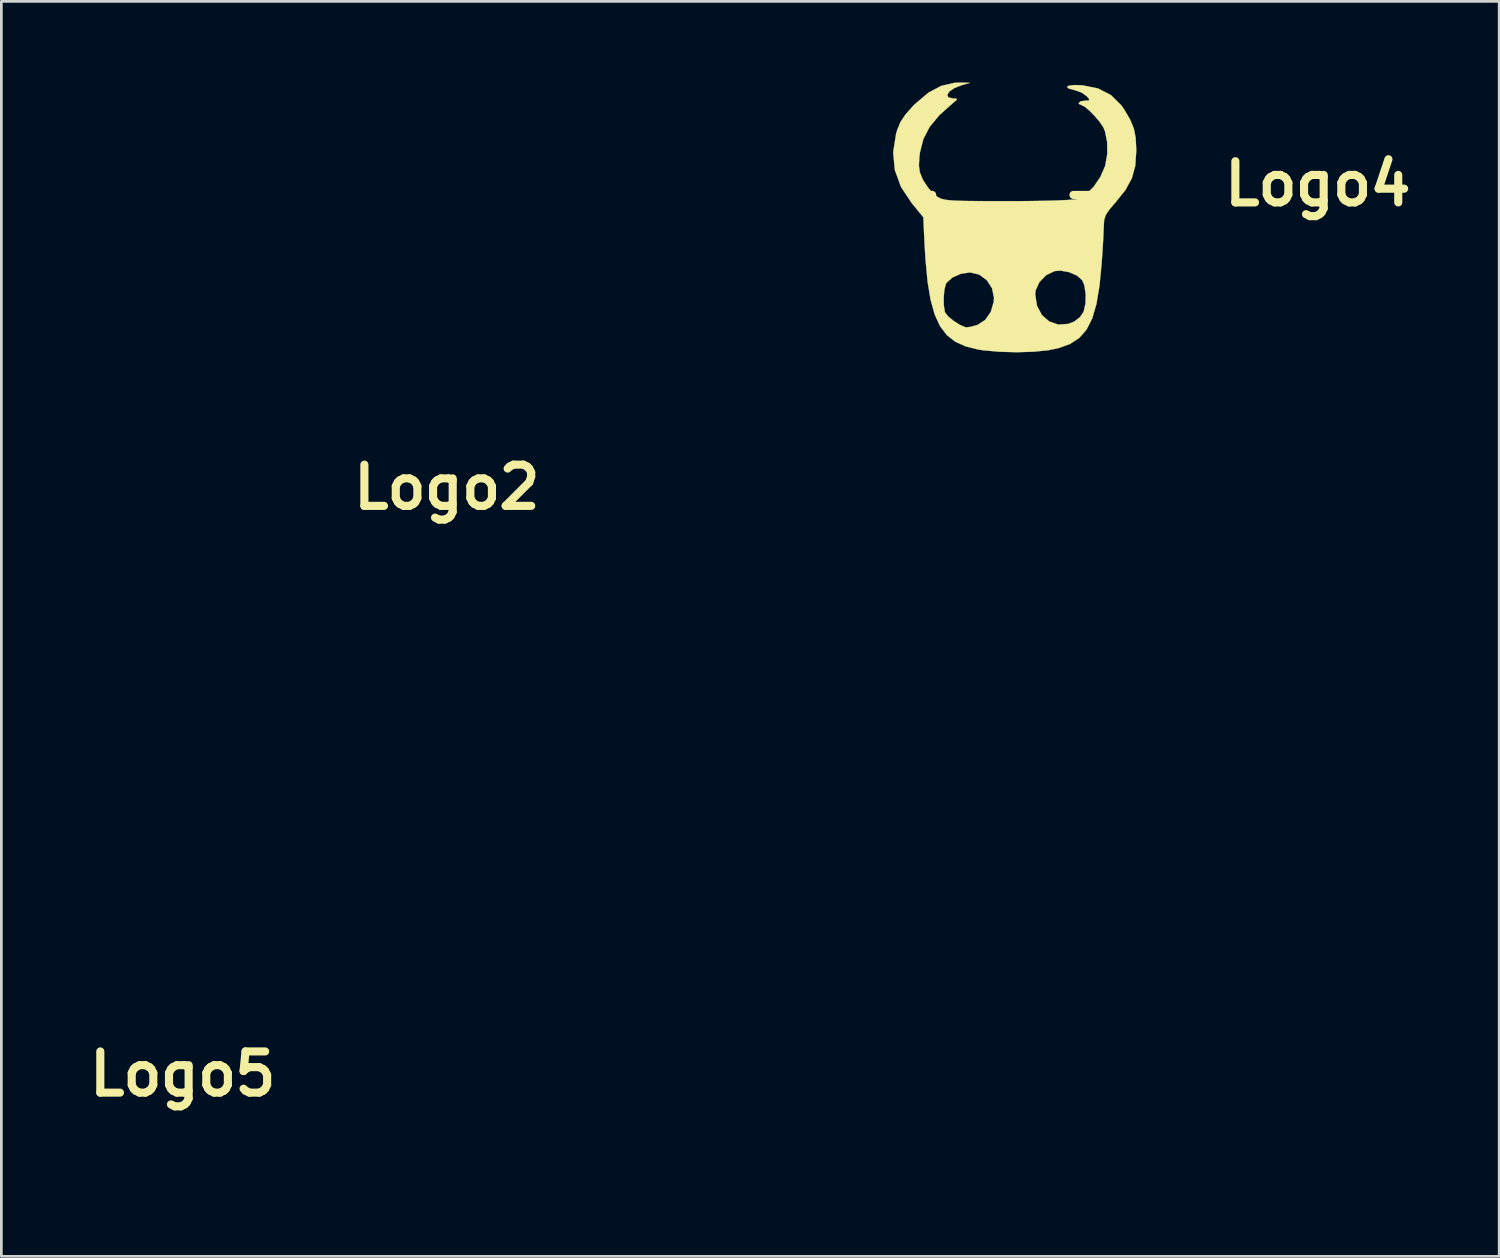
<source format=kicad_pcb>
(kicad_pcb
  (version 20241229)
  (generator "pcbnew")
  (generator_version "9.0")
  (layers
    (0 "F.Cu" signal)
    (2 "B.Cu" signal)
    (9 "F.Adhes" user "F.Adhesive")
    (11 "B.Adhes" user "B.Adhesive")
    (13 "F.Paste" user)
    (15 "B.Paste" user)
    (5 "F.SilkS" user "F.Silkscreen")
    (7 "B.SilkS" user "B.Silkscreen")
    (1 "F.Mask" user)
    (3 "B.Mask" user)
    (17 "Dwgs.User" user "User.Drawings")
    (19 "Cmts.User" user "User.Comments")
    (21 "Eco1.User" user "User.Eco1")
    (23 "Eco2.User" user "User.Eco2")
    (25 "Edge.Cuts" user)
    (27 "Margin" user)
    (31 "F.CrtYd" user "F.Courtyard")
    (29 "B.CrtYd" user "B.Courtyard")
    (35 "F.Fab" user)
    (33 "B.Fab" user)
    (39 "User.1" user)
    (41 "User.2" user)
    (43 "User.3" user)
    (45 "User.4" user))
  (footprint "Logo3"
    (layer "F.Cu")
    (at 34.472 4.993)
    (property "Reference" "Logo3" (at 0 0 0) (layer "F.SilkS") (effects (font (size 1.524 1.524) (thickness 0.3))))
    (attr through_hole)
    (fp_poly (pts (xy -1.651 -4.98) (xy -1.947 -4.896) (xy -2.222 -4.789) (xy -2.408 -4.661) (xy -2.489 -4.539) (xy -2.451 -4.444) (xy -2.278 -4.4) (xy -2.26 -4.4) (xy -2.14 -4.391) (xy -2.143 -4.349) (xy -2.273 -4.237) (xy -2.286 -4.227) (xy -2.785 -3.782) (xy -3.141 -3.351) (xy -3.373 -2.903) (xy -3.5 -2.407) (xy -3.521 -2.239) (xy -3.539 -1.917) (xy -3.507 -1.677) (xy -3.409 -1.436) (xy -3.367 -1.355) (xy -3.187 -1.087) (xy -2.975 -0.856) (xy -2.891 -0.79) (xy -2.804 -0.735) (xy -2.711 -0.693) (xy -2.589 -0.661) (xy -2.418 -0.638) (xy -2.178 -0.622) (xy -1.847 -0.612) (xy -1.405 -0.607) (xy -0.83 -0.604) (xy -0.272 -0.604) (xy 0.411 -0.606) (xy 1.025 -0.615) (xy 1.548 -0.628) (xy 1.959 -0.647) (xy 2.238 -0.669) (xy 2.348 -0.688) (xy 2.636 -0.85) (xy 2.921 -1.134) (xy 3.169 -1.495) (xy 3.342 -1.887) (xy 3.353 -1.922) (xy 3.427 -2.35) (xy 3.422 -2.798) (xy 3.342 -3.193) (xy 3.284 -3.331) (xy 3.157 -3.522) (xy 2.973 -3.741) (xy 2.773 -3.946) (xy 2.596 -4.096) (xy 2.488 -4.149) (xy 2.382 -4.198) (xy 2.371 -4.233) (xy 2.444 -4.296) (xy 2.595 -4.318) (xy 2.75 -4.327) (xy 2.756 -4.382) (xy 2.668 -4.486) (xy 2.478 -4.62) (xy 2.233 -4.707) (xy 2.232 -4.707) (xy 2.006 -4.767) (xy 1.935 -4.826) (xy 2.002 -4.873) (xy 2.194 -4.898) (xy 2.494 -4.89) (xy 3.081 -4.774) (xy 3.563 -4.527) (xy 3.95 -4.144) (xy 4.048 -4.003) (xy 4.273 -3.622) (xy 4.409 -3.293) (xy 4.478 -2.946) (xy 4.499 -2.51) (xy 4.499 -2.459) (xy 4.464 -1.916) (xy 4.337 -1.452) (xy 4.1 -1.016) (xy 3.732 -0.557) (xy 3.504 -0.293) (xy 3.373 -0.096) (xy 3.314 0.083) (xy 3.3 0.276) (xy 3.292 0.501) (xy 3.275 0.847) (xy 3.249 1.268) (xy 3.218 1.71) (xy 3.139 2.53) (xy 3.027 3.198) (xy 2.871 3.731) (xy 2.663 4.145) (xy 2.391 4.456) (xy 2.047 4.679) (xy 1.621 4.832) (xy 1.259 4.907) (xy 0.715 4.964) (xy 0.081 4.983) (xy -0.57 4.965) (xy -1.162 4.911) (xy -1.355 4.881) (xy -1.81 4.767) (xy -2.192 4.596) (xy -2.505 4.351) (xy -2.757 4.02) (xy -2.956 3.588) (xy -3.107 3.042) (xy -3.124 2.941) (xy -2.621 2.941) (xy -2.618 3.244) (xy -2.581 3.483) (xy -2.572 3.511) (xy -2.459 3.657) (xy -2.253 3.825) (xy -2.019 3.974) (xy -1.819 4.058) (xy -1.771 4.064) (xy -1.597 4.037) (xy -1.37 3.972) (xy -1.37 3.972) (xy -1.088 3.79) (xy -0.88 3.49) (xy -0.771 3.116) (xy -0.762 2.966) (xy -0.789 2.838) (xy 0.762 2.838) (xy 0.828 3.266) (xy 1.01 3.607) (xy 1.28 3.845) (xy 1.614 3.961) (xy 1.984 3.936) (xy 2.209 3.848) (xy 2.416 3.687) (xy 2.552 3.488) (xy 2.622 3.18) (xy 2.629 2.826) (xy 2.577 2.501) (xy 2.501 2.321) (xy 2.304 2.147) (xy 2.011 2.02) (xy 1.692 1.965) (xy 1.478 1.983) (xy 1.167 2.134) (xy 0.919 2.387) (xy 0.779 2.693) (xy 0.762 2.838) (xy -0.789 2.838) (xy -0.836 2.613) (xy -1.033 2.314) (xy -1.317 2.108) (xy -1.647 2.032) (xy -1.993 2.084) (xy -2.303 2.221) (xy -2.515 2.414) (xy -2.537 2.451) (xy -2.593 2.651) (xy -2.621 2.941) (xy -3.124 2.941) (xy -3.219 2.366) (xy -3.296 1.547) (xy -3.338 0.821) (xy -3.375 -0.009) (xy -3.806 -0.534) (xy -4.201 -1.13) (xy -4.429 -1.755) (xy -4.49 -2.409) (xy -4.384 -3.092) (xy -4.344 -3.229) (xy -4.223 -3.525) (xy -4.041 -3.803) (xy -3.763 -4.115) (xy -3.678 -4.2) (xy -3.192 -4.612) (xy -2.713 -4.868) (xy -2.218 -4.981) (xy -1.996 -4.988) (xy -1.651 -4.98)) (stroke (width 0.01) (type solid)) (fill yes) (layer "F.SilkS")))
  (footprint "Logo5"
    (layer "F.Cu")
    (at 3.708 36.669)
    (property "Reference" "Logo5" (at 0 0 0) (layer "F.SilkS") (effects (font (size 1.524 1.524) (thickness 0.3))))
    (attr through_hole)
    (fp_poly (pts (xy -1.238 -3.735) (xy -1.46 -3.672) (xy -1.667 -3.591) (xy -1.806 -3.496) (xy -1.867 -3.404) (xy -1.838 -3.333) (xy -1.708 -3.3) (xy -1.695 -3.3) (xy -1.605 -3.294) (xy -1.607 -3.262) (xy -1.705 -3.178) (xy -1.714 -3.17) (xy -2.089 -2.836) (xy -2.356 -2.513) (xy -2.53 -2.177) (xy -2.625 -1.805) (xy -2.64 -1.679) (xy -2.654 -1.437) (xy -2.63 -1.258) (xy -2.557 -1.077) (xy -2.525 -1.016) (xy -2.391 -0.815) (xy -2.231 -0.642) (xy -2.168 -0.592) (xy -2.103 -0.552) (xy -2.033 -0.52) (xy -1.942 -0.496) (xy -1.814 -0.478) (xy -1.634 -0.467) (xy -1.385 -0.459) (xy -1.054 -0.455) (xy -0.623 -0.453) (xy -0.204 -0.453) (xy 0.308 -0.455) (xy 0.768 -0.461) (xy 1.161 -0.471) (xy 1.469 -0.485) (xy 1.678 -0.502) (xy 1.761 -0.516) (xy 1.977 -0.638) (xy 2.191 -0.851) (xy 2.377 -1.121) (xy 2.507 -1.415) (xy 2.515 -1.442) (xy 2.57 -1.763) (xy 2.567 -2.098) (xy 2.506 -2.395) (xy 2.463 -2.498) (xy 2.368 -2.642) (xy 2.23 -2.806) (xy 2.079 -2.959) (xy 1.947 -3.072) (xy 1.866 -3.111) (xy 1.786 -3.148) (xy 1.778 -3.175) (xy 1.833 -3.222) (xy 1.947 -3.239) (xy 2.063 -3.245) (xy 2.067 -3.287) (xy 2.001 -3.364) (xy 1.858 -3.465) (xy 1.674 -3.53) (xy 1.674 -3.53) (xy 1.505 -3.575) (xy 1.451 -3.62) (xy 1.502 -3.655) (xy 1.645 -3.674) (xy 1.871 -3.667) (xy 2.31 -3.581) (xy 2.672 -3.395) (xy 2.963 -3.108) (xy 3.036 -3.002) (xy 3.205 -2.716) (xy 3.307 -2.47) (xy 3.358 -2.21) (xy 3.374 -1.882) (xy 3.375 -1.844) (xy 3.348 -1.437) (xy 3.253 -1.089) (xy 3.075 -0.762) (xy 2.799 -0.418) (xy 2.628 -0.22) (xy 2.53 -0.072) (xy 2.485 0.062) (xy 2.475 0.207) (xy 2.469 0.376) (xy 2.456 0.636) (xy 2.437 0.951) (xy 2.414 1.282) (xy 2.354 1.897) (xy 2.27 2.399) (xy 2.153 2.798) (xy 1.997 3.109) (xy 1.794 3.342) (xy 1.536 3.509) (xy 1.215 3.624) (xy 0.944 3.68) (xy 0.536 3.723) (xy 0.06 3.738) (xy -0.427 3.724) (xy -0.871 3.683) (xy -1.016 3.66) (xy -1.358 3.575) (xy -1.644 3.447) (xy -1.879 3.263) (xy -2.068 3.015) (xy -2.217 2.691) (xy -2.331 2.281) (xy -2.343 2.206) (xy -1.966 2.206) (xy -1.963 2.433) (xy -1.936 2.612) (xy -1.929 2.633) (xy -1.844 2.743) (xy -1.69 2.869) (xy -1.514 2.98) (xy -1.364 3.043) (xy -1.328 3.048) (xy -1.198 3.028) (xy -1.028 2.979) (xy -1.027 2.979) (xy -0.816 2.843) (xy -0.66 2.617) (xy -0.579 2.337) (xy -0.572 2.225) (xy -0.592 2.129) (xy 0.572 2.129) (xy 0.621 2.449) (xy 0.757 2.705) (xy 0.96 2.884) (xy 1.21 2.97) (xy 1.488 2.952) (xy 1.657 2.886) (xy 1.812 2.765) (xy 1.914 2.616) (xy 1.966 2.385) (xy 1.972 2.119) (xy 1.933 1.876) (xy 1.876 1.741) (xy 1.728 1.61) (xy 1.508 1.515) (xy 1.269 1.473) (xy 1.109 1.487) (xy 0.875 1.6) (xy 0.69 1.79) (xy 0.584 2.02) (xy 0.572 2.129) (xy -0.592 2.129) (xy -0.627 1.96) (xy -0.775 1.736) (xy -0.988 1.581) (xy -1.235 1.524) (xy -1.495 1.563) (xy -1.727 1.665) (xy -1.886 1.81) (xy -1.903 1.838) (xy -1.945 1.988) (xy -1.966 2.206) (xy -2.343 2.206) (xy -2.414 1.774) (xy -2.472 1.16) (xy -2.503 0.616) (xy -2.531 -0.007) (xy -2.854 -0.4) (xy -3.15 -0.847) (xy -3.321 -1.317) (xy -3.367 -1.807) (xy -3.288 -2.319) (xy -3.258 -2.422) (xy -3.167 -2.644) (xy -3.03 -2.853) (xy -2.822 -3.086) (xy -2.758 -3.15) (xy -2.394 -3.459) (xy -2.035 -3.651) (xy -1.664 -3.736) (xy -1.497 -3.741) (xy -1.238 -3.735)) (stroke (width 0.01) (type solid)) (fill no) (layer "Eco2.User")))
  (footprint "Logo4"
    (layer "F.Cu")
    (at 45.685 3.746)
    (property "Reference" "Logo4" (at 0 0 0) (layer "F.SilkS") (effects (font (size 1.524 1.524) (thickness 0.3))))
    (attr through_hole)
    (fp_poly (pts (xy -1.238 -3.735) (xy -1.46 -3.672) (xy -1.667 -3.591) (xy -1.806 -3.496) (xy -1.867 -3.404) (xy -1.838 -3.333) (xy -1.708 -3.3) (xy -1.695 -3.3) (xy -1.605 -3.294) (xy -1.607 -3.262) (xy -1.705 -3.178) (xy -1.714 -3.17) (xy -2.089 -2.836) (xy -2.356 -2.513) (xy -2.53 -2.177) (xy -2.625 -1.805) (xy -2.64 -1.679) (xy -2.654 -1.437) (xy -2.63 -1.258) (xy -2.557 -1.077) (xy -2.525 -1.016) (xy -2.391 -0.815) (xy -2.231 -0.642) (xy -2.168 -0.592) (xy -2.103 -0.552) (xy -2.033 -0.52) (xy -1.942 -0.496) (xy -1.814 -0.478) (xy -1.634 -0.467) (xy -1.385 -0.459) (xy -1.054 -0.455) (xy -0.623 -0.453) (xy -0.204 -0.453) (xy 0.308 -0.455) (xy 0.768 -0.461) (xy 1.161 -0.471) (xy 1.469 -0.485) (xy 1.678 -0.502) (xy 1.761 -0.516) (xy 1.977 -0.638) (xy 2.191 -0.851) (xy 2.377 -1.121) (xy 2.507 -1.415) (xy 2.515 -1.442) (xy 2.57 -1.763) (xy 2.567 -2.098) (xy 2.506 -2.395) (xy 2.463 -2.498) (xy 2.368 -2.642) (xy 2.23 -2.806) (xy 2.079 -2.959) (xy 1.947 -3.072) (xy 1.866 -3.111) (xy 1.786 -3.148) (xy 1.778 -3.175) (xy 1.833 -3.222) (xy 1.947 -3.239) (xy 2.063 -3.245) (xy 2.067 -3.287) (xy 2.001 -3.364) (xy 1.858 -3.465) (xy 1.674 -3.53) (xy 1.674 -3.53) (xy 1.505 -3.575) (xy 1.451 -3.62) (xy 1.502 -3.655) (xy 1.645 -3.674) (xy 1.871 -3.667) (xy 2.31 -3.581) (xy 2.672 -3.395) (xy 2.963 -3.108) (xy 3.036 -3.002) (xy 3.205 -2.716) (xy 3.307 -2.47) (xy 3.358 -2.21) (xy 3.374 -1.882) (xy 3.375 -1.844) (xy 3.348 -1.437) (xy 3.253 -1.089) (xy 3.075 -0.762) (xy 2.799 -0.418) (xy 2.628 -0.22) (xy 2.53 -0.072) (xy 2.485 0.062) (xy 2.475 0.207) (xy 2.469 0.376) (xy 2.456 0.636) (xy 2.437 0.951) (xy 2.414 1.282) (xy 2.354 1.897) (xy 2.27 2.399) (xy 2.153 2.798) (xy 1.997 3.109) (xy 1.794 3.342) (xy 1.536 3.509) (xy 1.215 3.624) (xy 0.944 3.68) (xy 0.536 3.723) (xy 0.06 3.738) (xy -0.427 3.724) (xy -0.871 3.683) (xy -1.016 3.66) (xy -1.358 3.575) (xy -1.644 3.447) (xy -1.879 3.263) (xy -2.068 3.015) (xy -2.217 2.691) (xy -2.331 2.281) (xy -2.343 2.206) (xy -1.966 2.206) (xy -1.963 2.433) (xy -1.936 2.612) (xy -1.929 2.633) (xy -1.844 2.743) (xy -1.69 2.869) (xy -1.514 2.98) (xy -1.364 3.043) (xy -1.328 3.048) (xy -1.198 3.028) (xy -1.028 2.979) (xy -1.027 2.979) (xy -0.816 2.843) (xy -0.66 2.617) (xy -0.579 2.337) (xy -0.572 2.225) (xy -0.592 2.129) (xy 0.572 2.129) (xy 0.621 2.449) (xy 0.757 2.705) (xy 0.96 2.884) (xy 1.21 2.97) (xy 1.488 2.952) (xy 1.657 2.886) (xy 1.812 2.765) (xy 1.914 2.616) (xy 1.966 2.385) (xy 1.972 2.119) (xy 1.933 1.876) (xy 1.876 1.741) (xy 1.728 1.61) (xy 1.508 1.515) (xy 1.269 1.473) (xy 1.109 1.487) (xy 0.875 1.6) (xy 0.69 1.79) (xy 0.584 2.02) (xy 0.572 2.129) (xy -0.592 2.129) (xy -0.627 1.96) (xy -0.775 1.736) (xy -0.988 1.581) (xy -1.235 1.524) (xy -1.495 1.563) (xy -1.727 1.665) (xy -1.886 1.81) (xy -1.903 1.838) (xy -1.945 1.988) (xy -1.966 2.206) (xy -2.343 2.206) (xy -2.414 1.774) (xy -2.472 1.16) (xy -2.503 0.616) (xy -2.531 -0.007) (xy -2.854 -0.4) (xy -3.15 -0.847) (xy -3.321 -1.317) (xy -3.367 -1.807) (xy -3.288 -2.319) (xy -3.258 -2.422) (xy -3.167 -2.644) (xy -3.03 -2.853) (xy -2.822 -3.086) (xy -2.758 -3.15) (xy -2.394 -3.459) (xy -2.035 -3.651) (xy -1.664 -3.736) (xy -1.497 -3.741) (xy -1.238 -3.735)) (stroke (width 0.01) (type solid)) (fill yes) (layer "F.Mask")))
  (footprint "Logo2"
    (layer "F.Cu")
    (at 13.474 14.968)
    (property "Reference" "Logo2" (at 0 0 0) (layer "F.SilkS") (effects (font (size 1.524 1.524) (thickness 0.3))))
    (attr through_hole)
    (fp_poly (pts (xy -4.953 -14.94) (xy -5.842 -14.687) (xy -6.667 -14.366) (xy -7.224 -13.984) (xy -7.467 -13.616) (xy -7.352 -13.331) (xy -6.833 -13.201) (xy -6.78 -13.2) (xy -6.421 -13.174) (xy -6.43 -13.046) (xy -6.82 -12.712) (xy -6.858 -12.682) (xy -8.356 -11.345) (xy -9.423 -10.052) (xy -10.118 -8.709) (xy -10.499 -7.222) (xy -10.562 -6.717) (xy -10.617 -5.75) (xy -10.52 -5.03) (xy -10.227 -4.309) (xy -10.1 -4.064) (xy -9.562 -3.26) (xy -8.924 -2.568) (xy -8.672 -2.369) (xy -8.413 -2.206) (xy -8.132 -2.079) (xy -7.767 -1.983) (xy -7.255 -1.913) (xy -6.534 -1.866) (xy -5.541 -1.837) (xy -4.215 -1.82) (xy -2.491 -1.813) (xy -0.817 -1.811) (xy 1.233 -1.819) (xy 3.074 -1.844) (xy 4.643 -1.885) (xy 5.877 -1.94) (xy 6.713 -2.007) (xy 7.044 -2.064) (xy 7.907 -2.551) (xy 8.764 -3.403) (xy 9.507 -4.484) (xy 10.027 -5.661) (xy 10.059 -5.766) (xy 10.281 -7.051) (xy 10.267 -8.393) (xy 10.026 -9.579) (xy 9.853 -9.992) (xy 9.472 -10.566) (xy 8.92 -11.223) (xy 8.318 -11.838) (xy 7.787 -12.287) (xy 7.463 -12.446) (xy 7.145 -12.593) (xy 7.112 -12.7) (xy 7.331 -12.887) (xy 7.786 -12.954) (xy 8.251 -12.981) (xy 8.268 -13.147) (xy 8.005 -13.457) (xy 7.434 -13.859) (xy 6.698 -14.12) (xy 6.696 -14.12) (xy 6.019 -14.302) (xy 5.804 -14.479) (xy 6.007 -14.62) (xy 6.582 -14.694) (xy 7.483 -14.67) (xy 9.242 -14.323) (xy 10.689 -13.582) (xy 11.851 -12.431) (xy 12.144 -12.009) (xy 12.819 -10.866) (xy 13.227 -9.88) (xy 13.433 -8.839) (xy 13.497 -7.53) (xy 13.498 -7.377) (xy 13.391 -5.748) (xy 13.012 -4.355) (xy 12.3 -3.047) (xy 11.195 -1.672) (xy 10.512 -0.88) (xy 10.12 -0.289) (xy 9.941 0.248) (xy 9.899 0.828) (xy 9.877 1.503) (xy 9.824 2.542) (xy 9.747 3.803) (xy 9.655 5.129) (xy 9.418 7.589) (xy 9.08 9.595) (xy 8.614 11.194) (xy 7.988 12.435) (xy 7.174 13.367) (xy 6.142 14.037) (xy 4.862 14.495) (xy 3.777 14.72) (xy 2.145 14.892) (xy 0.242 14.95) (xy -1.71 14.896) (xy -3.486 14.732) (xy -4.064 14.642) (xy -5.431 14.302) (xy -6.575 13.787) (xy -7.515 13.054) (xy -8.272 12.061) (xy -8.868 10.765) (xy -9.322 9.125) (xy -9.372 8.823) (xy -7.863 8.823) (xy -7.853 9.733) (xy -7.743 10.449) (xy -7.715 10.533) (xy -7.376 10.97) (xy -6.76 11.476) (xy -6.057 11.921) (xy -5.456 12.173) (xy -5.313 12.192) (xy -4.79 12.111) (xy -4.11 11.916) (xy -4.109 11.916) (xy -3.264 11.37) (xy -2.639 10.47) (xy -2.314 9.348) (xy -2.286 8.898) (xy -2.366 8.515) (xy 2.286 8.515) (xy 2.485 9.797) (xy 3.029 10.822) (xy 3.841 11.535) (xy 4.841 11.882) (xy 5.952 11.808) (xy 6.628 11.545) (xy 7.248 11.061) (xy 7.656 10.465) (xy 7.865 9.539) (xy 7.886 8.477) (xy 7.731 7.503) (xy 7.503 6.964) (xy 6.913 6.442) (xy 6.033 6.061) (xy 5.075 5.894) (xy 4.435 5.949) (xy 3.5 6.401) (xy 2.758 7.162) (xy 2.337 8.08) (xy 2.286 8.515) (xy -2.366 8.515) (xy -2.507 7.839) (xy -3.099 6.942) (xy -3.952 6.323) (xy -4.94 6.096) (xy -5.979 6.252) (xy -6.908 6.662) (xy -7.545 7.241) (xy -7.612 7.352) (xy -7.78 7.952) (xy -7.863 8.823) (xy -9.372 8.823) (xy -9.656 7.097) (xy -9.889 4.64) (xy -10.013 2.463) (xy -10.124 -0.027) (xy -11.418 -1.601) (xy -12.602 -3.39) (xy -13.286 -5.266) (xy -13.469 -7.228) (xy -13.152 -9.275) (xy -13.031 -9.686) (xy -12.668 -10.575) (xy -12.122 -11.41) (xy -11.288 -12.345) (xy -11.033 -12.601) (xy -9.575 -13.836) (xy -8.139 -14.605) (xy -6.655 -14.943) (xy -5.987 -14.963) (xy -4.953 -14.94)) (stroke (width 0.01) (type solid)) (fill yes) (layer "F.Mask")))
  (gr_rect
    (start -3 -3)
    (end 52.393 43.412)
    (stroke (width 0.1) (type default))
    (fill no)
    (layer "Edge.Cuts")))
</source>
